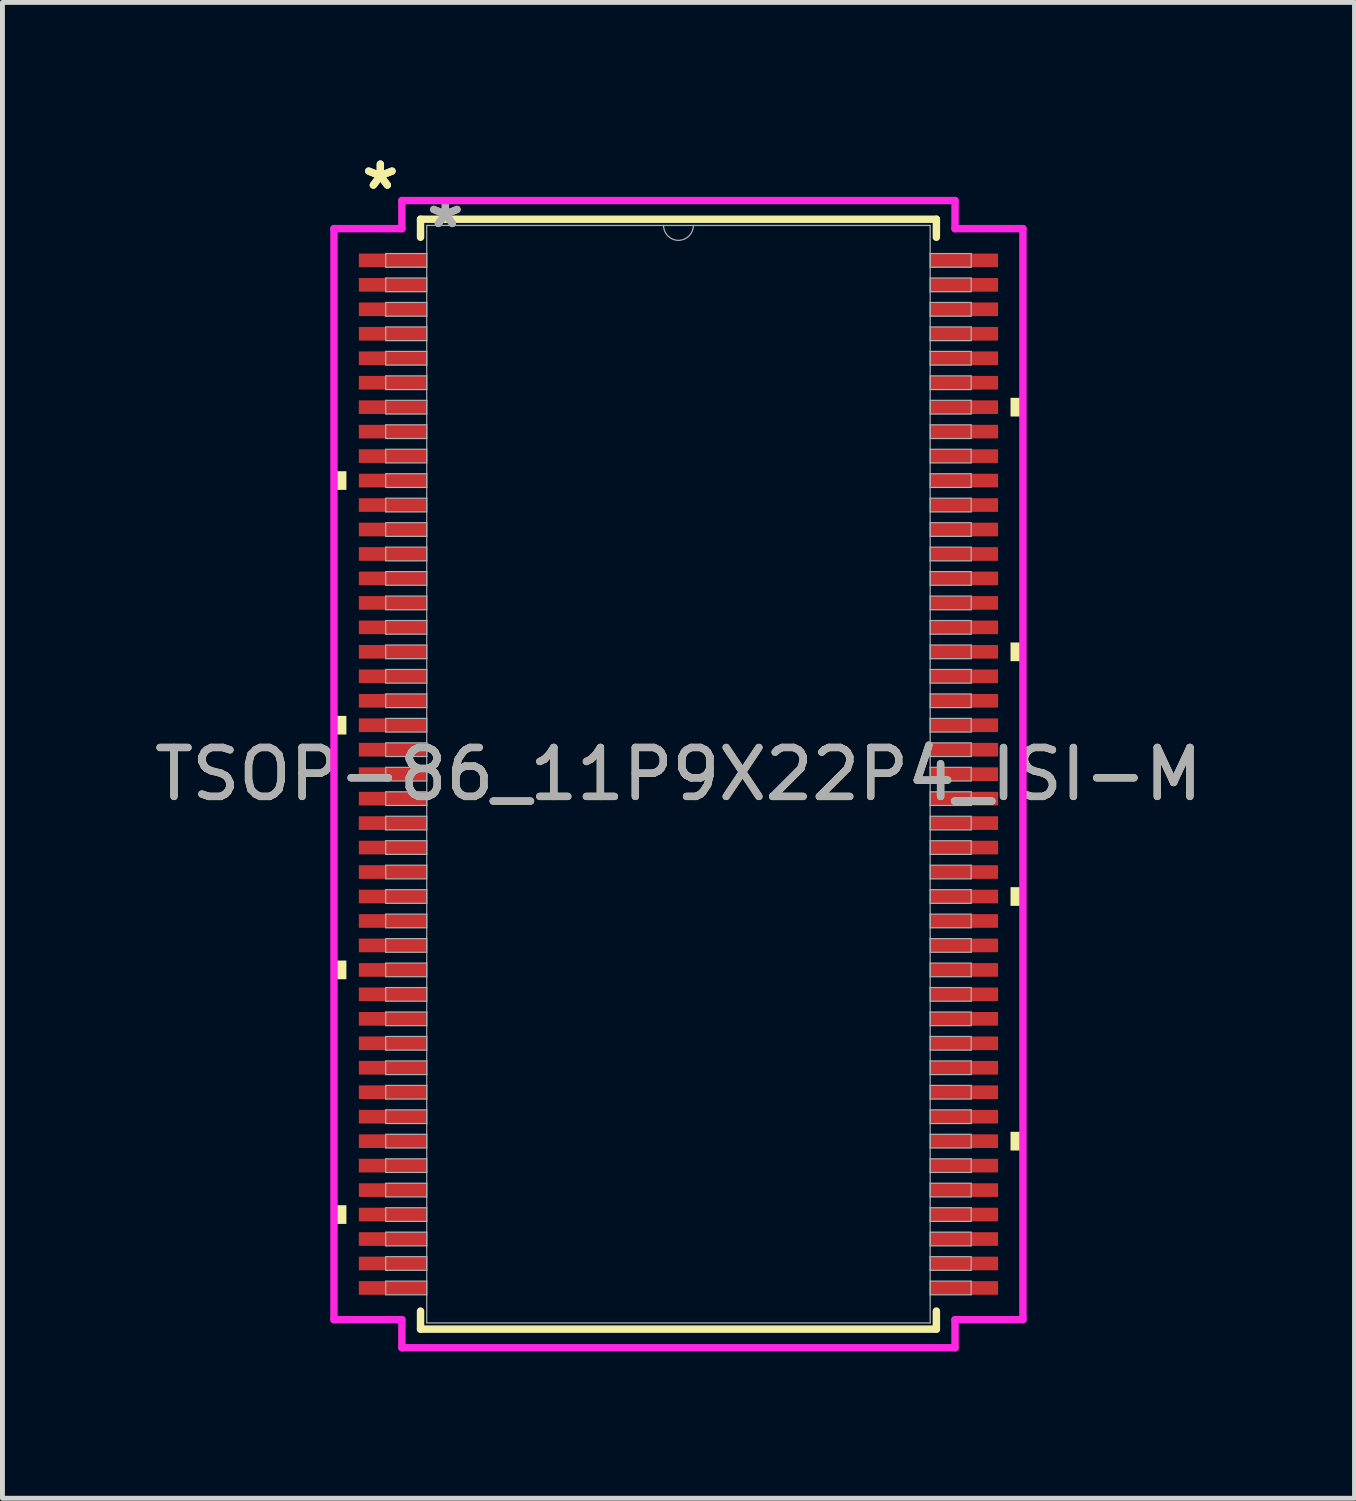
<source format=kicad_pcb>
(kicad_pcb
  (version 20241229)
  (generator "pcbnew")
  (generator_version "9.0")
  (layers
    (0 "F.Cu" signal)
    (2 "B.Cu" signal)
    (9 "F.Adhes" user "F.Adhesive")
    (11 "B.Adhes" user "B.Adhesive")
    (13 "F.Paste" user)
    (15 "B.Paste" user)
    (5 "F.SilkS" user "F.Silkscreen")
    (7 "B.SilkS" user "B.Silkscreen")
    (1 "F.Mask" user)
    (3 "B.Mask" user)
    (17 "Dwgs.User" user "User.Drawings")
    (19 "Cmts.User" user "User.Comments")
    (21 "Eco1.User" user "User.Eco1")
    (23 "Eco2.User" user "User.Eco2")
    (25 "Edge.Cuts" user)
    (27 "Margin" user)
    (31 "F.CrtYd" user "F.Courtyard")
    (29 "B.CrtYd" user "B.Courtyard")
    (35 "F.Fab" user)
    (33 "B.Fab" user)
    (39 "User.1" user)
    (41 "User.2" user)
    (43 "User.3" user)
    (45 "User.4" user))
  (footprint "TSOP-86_11P9X22P4_ISI-M"
    (layer "F.Cu")
    (at 10.815 12.771)
    (property "Reference" "TSOP-86_11P9X22P4_ISI-M" (at 0 0 0) (unlocked yes) (layer "F.SilkS") (effects (font (size 1 1) (thickness 0.15))))
    (attr smd)
    (fp_line (start -5.271 -11.341) (end -5.271 -10.972) (stroke (width 0.152) (type solid)) (layer "F.SilkS"))
    (fp_line (start -5.271 10.972) (end -5.271 11.341) (stroke (width 0.152) (type solid)) (layer "F.SilkS"))
    (fp_line (start -5.271 11.341) (end 5.271 11.341) (stroke (width 0.152) (type solid)) (layer "F.SilkS"))
    (fp_line (start 5.271 -11.341) (end -5.271 -11.341) (stroke (width 0.152) (type solid)) (layer "F.SilkS"))
    (fp_line (start 5.271 -10.972) (end 5.271 -11.341) (stroke (width 0.152) (type solid)) (layer "F.SilkS"))
    (fp_line (start 5.271 11.341) (end 5.271 10.972) (stroke (width 0.152) (type solid)) (layer "F.SilkS"))
    (fp_poly (pts (xy -7.04 -6.191) (xy -7.04 -5.81) (xy -6.786 -5.81) (xy -6.786 -6.191)) (stroke (width 0) (type solid)) (fill yes) (layer "F.SilkS"))
    (fp_poly (pts (xy -7.04 -1.191) (xy -7.04 -0.81) (xy -6.786 -0.81) (xy -6.786 -1.191)) (stroke (width 0) (type solid)) (fill yes) (layer "F.SilkS"))
    (fp_poly (pts (xy -7.04 3.809) (xy -7.04 4.191) (xy -6.786 4.191) (xy -6.786 3.809)) (stroke (width 0) (type solid)) (fill yes) (layer "F.SilkS"))
    (fp_poly (pts (xy -7.04 8.809) (xy -7.04 9.191) (xy -6.786 9.191) (xy -6.786 8.809)) (stroke (width 0) (type solid)) (fill yes) (layer "F.SilkS"))
    (fp_poly (pts (xy 7.04 -7.691) (xy 7.04 -7.309) (xy 6.786 -7.309) (xy 6.786 -7.691)) (stroke (width 0) (type solid)) (fill yes) (layer "F.SilkS"))
    (fp_poly (pts (xy 7.04 -2.691) (xy 7.04 -2.309) (xy 6.786 -2.309) (xy 6.786 -2.691)) (stroke (width 0) (type solid)) (fill yes) (layer "F.SilkS"))
    (fp_poly (pts (xy 7.04 2.309) (xy 7.04 2.691) (xy 6.786 2.691) (xy 6.786 2.309)) (stroke (width 0) (type solid)) (fill yes) (layer "F.SilkS"))
    (fp_poly (pts (xy 7.04 7.309) (xy 7.04 7.691) (xy 6.786 7.691) (xy 6.786 7.309)) (stroke (width 0) (type solid)) (fill yes) (layer "F.SilkS"))
    (fp_line (start -7.04 -11.148) (end -5.652 -11.148) (stroke (width 0.152) (type solid)) (layer "F.CrtYd"))
    (fp_line (start -7.04 11.148) (end -7.04 -11.148) (stroke (width 0.152) (type solid)) (layer "F.CrtYd"))
    (fp_line (start -7.04 11.148) (end -5.652 11.148) (stroke (width 0.152) (type solid)) (layer "F.CrtYd"))
    (fp_line (start -5.652 -11.722) (end 5.652 -11.722) (stroke (width 0.152) (type solid)) (layer "F.CrtYd"))
    (fp_line (start -5.652 -11.148) (end -5.652 -11.722) (stroke (width 0.152) (type solid)) (layer "F.CrtYd"))
    (fp_line (start -5.652 11.722) (end -5.652 11.148) (stroke (width 0.152) (type solid)) (layer "F.CrtYd"))
    (fp_line (start 5.652 -11.722) (end 5.652 -11.148) (stroke (width 0.152) (type solid)) (layer "F.CrtYd"))
    (fp_line (start 5.652 11.148) (end 5.652 11.722) (stroke (width 0.152) (type solid)) (layer "F.CrtYd"))
    (fp_line (start 5.652 11.722) (end -5.652 11.722) (stroke (width 0.152) (type solid)) (layer "F.CrtYd"))
    (fp_line (start 7.04 -11.148) (end 5.652 -11.148) (stroke (width 0.152) (type solid)) (layer "F.CrtYd"))
    (fp_line (start 7.04 -11.148) (end 7.04 11.148) (stroke (width 0.152) (type solid)) (layer "F.CrtYd"))
    (fp_line (start 7.04 11.148) (end 5.652 11.148) (stroke (width 0.152) (type solid)) (layer "F.CrtYd"))
    (fp_line (start -5.982 -10.64) (end -5.982 -10.36) (stroke (width 0.025) (type solid)) (layer "F.Fab"))
    (fp_line (start -5.982 -10.36) (end -5.144 -10.36) (stroke (width 0.025) (type solid)) (layer "F.Fab"))
    (fp_line (start -5.982 -10.14) (end -5.982 -9.86) (stroke (width 0.025) (type solid)) (layer "F.Fab"))
    (fp_line (start -5.982 -9.86) (end -5.144 -9.86) (stroke (width 0.025) (type solid)) (layer "F.Fab"))
    (fp_line (start -5.982 -9.64) (end -5.982 -9.36) (stroke (width 0.025) (type solid)) (layer "F.Fab"))
    (fp_line (start -5.982 -9.36) (end -5.144 -9.36) (stroke (width 0.025) (type solid)) (layer "F.Fab"))
    (fp_line (start -5.982 -9.14) (end -5.982 -8.86) (stroke (width 0.025) (type solid)) (layer "F.Fab"))
    (fp_line (start -5.982 -8.86) (end -5.144 -8.86) (stroke (width 0.025) (type solid)) (layer "F.Fab"))
    (fp_line (start -5.982 -8.64) (end -5.982 -8.36) (stroke (width 0.025) (type solid)) (layer "F.Fab"))
    (fp_line (start -5.982 -8.36) (end -5.144 -8.36) (stroke (width 0.025) (type solid)) (layer "F.Fab"))
    (fp_line (start -5.982 -8.14) (end -5.982 -7.86) (stroke (width 0.025) (type solid)) (layer "F.Fab"))
    (fp_line (start -5.982 -7.86) (end -5.144 -7.86) (stroke (width 0.025) (type solid)) (layer "F.Fab"))
    (fp_line (start -5.982 -7.64) (end -5.982 -7.36) (stroke (width 0.025) (type solid)) (layer "F.Fab"))
    (fp_line (start -5.982 -7.36) (end -5.144 -7.36) (stroke (width 0.025) (type solid)) (layer "F.Fab"))
    (fp_line (start -5.982 -7.14) (end -5.982 -6.86) (stroke (width 0.025) (type solid)) (layer "F.Fab"))
    (fp_line (start -5.982 -6.86) (end -5.144 -6.86) (stroke (width 0.025) (type solid)) (layer "F.Fab"))
    (fp_line (start -5.982 -6.64) (end -5.982 -6.36) (stroke (width 0.025) (type solid)) (layer "F.Fab"))
    (fp_line (start -5.982 -6.36) (end -5.144 -6.36) (stroke (width 0.025) (type solid)) (layer "F.Fab"))
    (fp_line (start -5.982 -6.14) (end -5.982 -5.86) (stroke (width 0.025) (type solid)) (layer "F.Fab"))
    (fp_line (start -5.982 -5.86) (end -5.144 -5.86) (stroke (width 0.025) (type solid)) (layer "F.Fab"))
    (fp_line (start -5.982 -5.64) (end -5.982 -5.36) (stroke (width 0.025) (type solid)) (layer "F.Fab"))
    (fp_line (start -5.982 -5.36) (end -5.144 -5.36) (stroke (width 0.025) (type solid)) (layer "F.Fab"))
    (fp_line (start -5.982 -5.14) (end -5.982 -4.86) (stroke (width 0.025) (type solid)) (layer "F.Fab"))
    (fp_line (start -5.982 -4.86) (end -5.144 -4.86) (stroke (width 0.025) (type solid)) (layer "F.Fab"))
    (fp_line (start -5.982 -4.64) (end -5.982 -4.36) (stroke (width 0.025) (type solid)) (layer "F.Fab"))
    (fp_line (start -5.982 -4.36) (end -5.144 -4.36) (stroke (width 0.025) (type solid)) (layer "F.Fab"))
    (fp_line (start -5.982 -4.14) (end -5.982 -3.86) (stroke (width 0.025) (type solid)) (layer "F.Fab"))
    (fp_line (start -5.982 -3.86) (end -5.144 -3.86) (stroke (width 0.025) (type solid)) (layer "F.Fab"))
    (fp_line (start -5.982 -3.64) (end -5.982 -3.36) (stroke (width 0.025) (type solid)) (layer "F.Fab"))
    (fp_line (start -5.982 -3.36) (end -5.144 -3.36) (stroke (width 0.025) (type solid)) (layer "F.Fab"))
    (fp_line (start -5.982 -3.14) (end -5.982 -2.86) (stroke (width 0.025) (type solid)) (layer "F.Fab"))
    (fp_line (start -5.982 -2.86) (end -5.144 -2.86) (stroke (width 0.025) (type solid)) (layer "F.Fab"))
    (fp_line (start -5.982 -2.64) (end -5.982 -2.36) (stroke (width 0.025) (type solid)) (layer "F.Fab"))
    (fp_line (start -5.982 -2.36) (end -5.144 -2.36) (stroke (width 0.025) (type solid)) (layer "F.Fab"))
    (fp_line (start -5.982 -2.14) (end -5.982 -1.86) (stroke (width 0.025) (type solid)) (layer "F.Fab"))
    (fp_line (start -5.982 -1.86) (end -5.144 -1.86) (stroke (width 0.025) (type solid)) (layer "F.Fab"))
    (fp_line (start -5.982 -1.64) (end -5.982 -1.36) (stroke (width 0.025) (type solid)) (layer "F.Fab"))
    (fp_line (start -5.982 -1.36) (end -5.144 -1.36) (stroke (width 0.025) (type solid)) (layer "F.Fab"))
    (fp_line (start -5.982 -1.14) (end -5.982 -0.86) (stroke (width 0.025) (type solid)) (layer "F.Fab"))
    (fp_line (start -5.982 -0.86) (end -5.144 -0.86) (stroke (width 0.025) (type solid)) (layer "F.Fab"))
    (fp_line (start -5.982 -0.64) (end -5.982 -0.36) (stroke (width 0.025) (type solid)) (layer "F.Fab"))
    (fp_line (start -5.982 -0.36) (end -5.144 -0.36) (stroke (width 0.025) (type solid)) (layer "F.Fab"))
    (fp_line (start -5.982 -0.14) (end -5.982 0.14) (stroke (width 0.025) (type solid)) (layer "F.Fab"))
    (fp_line (start -5.982 0.14) (end -5.144 0.14) (stroke (width 0.025) (type solid)) (layer "F.Fab"))
    (fp_line (start -5.982 0.36) (end -5.982 0.64) (stroke (width 0.025) (type solid)) (layer "F.Fab"))
    (fp_line (start -5.982 0.64) (end -5.144 0.64) (stroke (width 0.025) (type solid)) (layer "F.Fab"))
    (fp_line (start -5.982 0.86) (end -5.982 1.14) (stroke (width 0.025) (type solid)) (layer "F.Fab"))
    (fp_line (start -5.982 1.14) (end -5.144 1.14) (stroke (width 0.025) (type solid)) (layer "F.Fab"))
    (fp_line (start -5.982 1.36) (end -5.982 1.64) (stroke (width 0.025) (type solid)) (layer "F.Fab"))
    (fp_line (start -5.982 1.64) (end -5.144 1.64) (stroke (width 0.025) (type solid)) (layer "F.Fab"))
    (fp_line (start -5.982 1.86) (end -5.982 2.14) (stroke (width 0.025) (type solid)) (layer "F.Fab"))
    (fp_line (start -5.982 2.14) (end -5.144 2.14) (stroke (width 0.025) (type solid)) (layer "F.Fab"))
    (fp_line (start -5.982 2.36) (end -5.982 2.64) (stroke (width 0.025) (type solid)) (layer "F.Fab"))
    (fp_line (start -5.982 2.64) (end -5.144 2.64) (stroke (width 0.025) (type solid)) (layer "F.Fab"))
    (fp_line (start -5.982 2.86) (end -5.982 3.14) (stroke (width 0.025) (type solid)) (layer "F.Fab"))
    (fp_line (start -5.982 3.14) (end -5.144 3.14) (stroke (width 0.025) (type solid)) (layer "F.Fab"))
    (fp_line (start -5.982 3.36) (end -5.982 3.64) (stroke (width 0.025) (type solid)) (layer "F.Fab"))
    (fp_line (start -5.982 3.64) (end -5.144 3.64) (stroke (width 0.025) (type solid)) (layer "F.Fab"))
    (fp_line (start -5.982 3.86) (end -5.982 4.14) (stroke (width 0.025) (type solid)) (layer "F.Fab"))
    (fp_line (start -5.982 4.14) (end -5.144 4.14) (stroke (width 0.025) (type solid)) (layer "F.Fab"))
    (fp_line (start -5.982 4.36) (end -5.982 4.64) (stroke (width 0.025) (type solid)) (layer "F.Fab"))
    (fp_line (start -5.982 4.64) (end -5.144 4.64) (stroke (width 0.025) (type solid)) (layer "F.Fab"))
    (fp_line (start -5.982 4.86) (end -5.982 5.14) (stroke (width 0.025) (type solid)) (layer "F.Fab"))
    (fp_line (start -5.982 5.14) (end -5.144 5.14) (stroke (width 0.025) (type solid)) (layer "F.Fab"))
    (fp_line (start -5.982 5.36) (end -5.982 5.64) (stroke (width 0.025) (type solid)) (layer "F.Fab"))
    (fp_line (start -5.982 5.64) (end -5.144 5.64) (stroke (width 0.025) (type solid)) (layer "F.Fab"))
    (fp_line (start -5.982 5.86) (end -5.982 6.14) (stroke (width 0.025) (type solid)) (layer "F.Fab"))
    (fp_line (start -5.982 6.14) (end -5.144 6.14) (stroke (width 0.025) (type solid)) (layer "F.Fab"))
    (fp_line (start -5.982 6.36) (end -5.982 6.64) (stroke (width 0.025) (type solid)) (layer "F.Fab"))
    (fp_line (start -5.982 6.64) (end -5.144 6.64) (stroke (width 0.025) (type solid)) (layer "F.Fab"))
    (fp_line (start -5.982 6.86) (end -5.982 7.14) (stroke (width 0.025) (type solid)) (layer "F.Fab"))
    (fp_line (start -5.982 7.14) (end -5.144 7.14) (stroke (width 0.025) (type solid)) (layer "F.Fab"))
    (fp_line (start -5.982 7.36) (end -5.982 7.64) (stroke (width 0.025) (type solid)) (layer "F.Fab"))
    (fp_line (start -5.982 7.64) (end -5.144 7.64) (stroke (width 0.025) (type solid)) (layer "F.Fab"))
    (fp_line (start -5.982 7.86) (end -5.982 8.14) (stroke (width 0.025) (type solid)) (layer "F.Fab"))
    (fp_line (start -5.982 8.14) (end -5.144 8.14) (stroke (width 0.025) (type solid)) (layer "F.Fab"))
    (fp_line (start -5.982 8.36) (end -5.982 8.64) (stroke (width 0.025) (type solid)) (layer "F.Fab"))
    (fp_line (start -5.982 8.64) (end -5.144 8.64) (stroke (width 0.025) (type solid)) (layer "F.Fab"))
    (fp_line (start -5.982 8.86) (end -5.982 9.14) (stroke (width 0.025) (type solid)) (layer "F.Fab"))
    (fp_line (start -5.982 9.14) (end -5.144 9.14) (stroke (width 0.025) (type solid)) (layer "F.Fab"))
    (fp_line (start -5.982 9.36) (end -5.982 9.64) (stroke (width 0.025) (type solid)) (layer "F.Fab"))
    (fp_line (start -5.982 9.64) (end -5.144 9.64) (stroke (width 0.025) (type solid)) (layer "F.Fab"))
    (fp_line (start -5.982 9.86) (end -5.982 10.14) (stroke (width 0.025) (type solid)) (layer "F.Fab"))
    (fp_line (start -5.982 10.14) (end -5.144 10.14) (stroke (width 0.025) (type solid)) (layer "F.Fab"))
    (fp_line (start -5.982 10.36) (end -5.982 10.64) (stroke (width 0.025) (type solid)) (layer "F.Fab"))
    (fp_line (start -5.982 10.64) (end -5.144 10.64) (stroke (width 0.025) (type solid)) (layer "F.Fab"))
    (fp_line (start -5.144 -11.214) (end -5.144 11.214) (stroke (width 0.025) (type solid)) (layer "F.Fab"))
    (fp_line (start -5.144 -10.64) (end -5.982 -10.64) (stroke (width 0.025) (type solid)) (layer "F.Fab"))
    (fp_line (start -5.144 -10.36) (end -5.144 -10.64) (stroke (width 0.025) (type solid)) (layer "F.Fab"))
    (fp_line (start -5.144 -10.14) (end -5.982 -10.14) (stroke (width 0.025) (type solid)) (layer "F.Fab"))
    (fp_line (start -5.144 -9.86) (end -5.144 -10.14) (stroke (width 0.025) (type solid)) (layer "F.Fab"))
    (fp_line (start -5.144 -9.64) (end -5.982 -9.64) (stroke (width 0.025) (type solid)) (layer "F.Fab"))
    (fp_line (start -5.144 -9.36) (end -5.144 -9.64) (stroke (width 0.025) (type solid)) (layer "F.Fab"))
    (fp_line (start -5.144 -9.14) (end -5.982 -9.14) (stroke (width 0.025) (type solid)) (layer "F.Fab"))
    (fp_line (start -5.144 -8.86) (end -5.144 -9.14) (stroke (width 0.025) (type solid)) (layer "F.Fab"))
    (fp_line (start -5.144 -8.64) (end -5.982 -8.64) (stroke (width 0.025) (type solid)) (layer "F.Fab"))
    (fp_line (start -5.144 -8.36) (end -5.144 -8.64) (stroke (width 0.025) (type solid)) (layer "F.Fab"))
    (fp_line (start -5.144 -8.14) (end -5.982 -8.14) (stroke (width 0.025) (type solid)) (layer "F.Fab"))
    (fp_line (start -5.144 -7.86) (end -5.144 -8.14) (stroke (width 0.025) (type solid)) (layer "F.Fab"))
    (fp_line (start -5.144 -7.64) (end -5.982 -7.64) (stroke (width 0.025) (type solid)) (layer "F.Fab"))
    (fp_line (start -5.144 -7.36) (end -5.144 -7.64) (stroke (width 0.025) (type solid)) (layer "F.Fab"))
    (fp_line (start -5.144 -7.14) (end -5.982 -7.14) (stroke (width 0.025) (type solid)) (layer "F.Fab"))
    (fp_line (start -5.144 -6.86) (end -5.144 -7.14) (stroke (width 0.025) (type solid)) (layer "F.Fab"))
    (fp_line (start -5.144 -6.64) (end -5.982 -6.64) (stroke (width 0.025) (type solid)) (layer "F.Fab"))
    (fp_line (start -5.144 -6.36) (end -5.144 -6.64) (stroke (width 0.025) (type solid)) (layer "F.Fab"))
    (fp_line (start -5.144 -6.14) (end -5.982 -6.14) (stroke (width 0.025) (type solid)) (layer "F.Fab"))
    (fp_line (start -5.144 -5.86) (end -5.144 -6.14) (stroke (width 0.025) (type solid)) (layer "F.Fab"))
    (fp_line (start -5.144 -5.64) (end -5.982 -5.64) (stroke (width 0.025) (type solid)) (layer "F.Fab"))
    (fp_line (start -5.144 -5.36) (end -5.144 -5.64) (stroke (width 0.025) (type solid)) (layer "F.Fab"))
    (fp_line (start -5.144 -5.14) (end -5.982 -5.14) (stroke (width 0.025) (type solid)) (layer "F.Fab"))
    (fp_line (start -5.144 -4.86) (end -5.144 -5.14) (stroke (width 0.025) (type solid)) (layer "F.Fab"))
    (fp_line (start -5.144 -4.64) (end -5.982 -4.64) (stroke (width 0.025) (type solid)) (layer "F.Fab"))
    (fp_line (start -5.144 -4.36) (end -5.144 -4.64) (stroke (width 0.025) (type solid)) (layer "F.Fab"))
    (fp_line (start -5.144 -4.14) (end -5.982 -4.14) (stroke (width 0.025) (type solid)) (layer "F.Fab"))
    (fp_line (start -5.144 -3.86) (end -5.144 -4.14) (stroke (width 0.025) (type solid)) (layer "F.Fab"))
    (fp_line (start -5.144 -3.64) (end -5.982 -3.64) (stroke (width 0.025) (type solid)) (layer "F.Fab"))
    (fp_line (start -5.144 -3.36) (end -5.144 -3.64) (stroke (width 0.025) (type solid)) (layer "F.Fab"))
    (fp_line (start -5.144 -3.14) (end -5.982 -3.14) (stroke (width 0.025) (type solid)) (layer "F.Fab"))
    (fp_line (start -5.144 -2.86) (end -5.144 -3.14) (stroke (width 0.025) (type solid)) (layer "F.Fab"))
    (fp_line (start -5.144 -2.64) (end -5.982 -2.64) (stroke (width 0.025) (type solid)) (layer "F.Fab"))
    (fp_line (start -5.144 -2.36) (end -5.144 -2.64) (stroke (width 0.025) (type solid)) (layer "F.Fab"))
    (fp_line (start -5.144 -2.14) (end -5.982 -2.14) (stroke (width 0.025) (type solid)) (layer "F.Fab"))
    (fp_line (start -5.144 -1.86) (end -5.144 -2.14) (stroke (width 0.025) (type solid)) (layer "F.Fab"))
    (fp_line (start -5.144 -1.64) (end -5.982 -1.64) (stroke (width 0.025) (type solid)) (layer "F.Fab"))
    (fp_line (start -5.144 -1.36) (end -5.144 -1.64) (stroke (width 0.025) (type solid)) (layer "F.Fab"))
    (fp_line (start -5.144 -1.14) (end -5.982 -1.14) (stroke (width 0.025) (type solid)) (layer "F.Fab"))
    (fp_line (start -5.144 -0.86) (end -5.144 -1.14) (stroke (width 0.025) (type solid)) (layer "F.Fab"))
    (fp_line (start -5.144 -0.64) (end -5.982 -0.64) (stroke (width 0.025) (type solid)) (layer "F.Fab"))
    (fp_line (start -5.144 -0.36) (end -5.144 -0.64) (stroke (width 0.025) (type solid)) (layer "F.Fab"))
    (fp_line (start -5.144 -0.14) (end -5.982 -0.14) (stroke (width 0.025) (type solid)) (layer "F.Fab"))
    (fp_line (start -5.144 0.14) (end -5.144 -0.14) (stroke (width 0.025) (type solid)) (layer "F.Fab"))
    (fp_line (start -5.144 0.36) (end -5.982 0.36) (stroke (width 0.025) (type solid)) (layer "F.Fab"))
    (fp_line (start -5.144 0.64) (end -5.144 0.36) (stroke (width 0.025) (type solid)) (layer "F.Fab"))
    (fp_line (start -5.144 0.86) (end -5.982 0.86) (stroke (width 0.025) (type solid)) (layer "F.Fab"))
    (fp_line (start -5.144 1.14) (end -5.144 0.86) (stroke (width 0.025) (type solid)) (layer "F.Fab"))
    (fp_line (start -5.144 1.36) (end -5.982 1.36) (stroke (width 0.025) (type solid)) (layer "F.Fab"))
    (fp_line (start -5.144 1.64) (end -5.144 1.36) (stroke (width 0.025) (type solid)) (layer "F.Fab"))
    (fp_line (start -5.144 1.86) (end -5.982 1.86) (stroke (width 0.025) (type solid)) (layer "F.Fab"))
    (fp_line (start -5.144 2.14) (end -5.144 1.86) (stroke (width 0.025) (type solid)) (layer "F.Fab"))
    (fp_line (start -5.144 2.36) (end -5.982 2.36) (stroke (width 0.025) (type solid)) (layer "F.Fab"))
    (fp_line (start -5.144 2.64) (end -5.144 2.36) (stroke (width 0.025) (type solid)) (layer "F.Fab"))
    (fp_line (start -5.144 2.86) (end -5.982 2.86) (stroke (width 0.025) (type solid)) (layer "F.Fab"))
    (fp_line (start -5.144 3.14) (end -5.144 2.86) (stroke (width 0.025) (type solid)) (layer "F.Fab"))
    (fp_line (start -5.144 3.36) (end -5.982 3.36) (stroke (width 0.025) (type solid)) (layer "F.Fab"))
    (fp_line (start -5.144 3.64) (end -5.144 3.36) (stroke (width 0.025) (type solid)) (layer "F.Fab"))
    (fp_line (start -5.144 3.86) (end -5.982 3.86) (stroke (width 0.025) (type solid)) (layer "F.Fab"))
    (fp_line (start -5.144 4.14) (end -5.144 3.86) (stroke (width 0.025) (type solid)) (layer "F.Fab"))
    (fp_line (start -5.144 4.36) (end -5.982 4.36) (stroke (width 0.025) (type solid)) (layer "F.Fab"))
    (fp_line (start -5.144 4.64) (end -5.144 4.36) (stroke (width 0.025) (type solid)) (layer "F.Fab"))
    (fp_line (start -5.144 4.86) (end -5.982 4.86) (stroke (width 0.025) (type solid)) (layer "F.Fab"))
    (fp_line (start -5.144 5.14) (end -5.144 4.86) (stroke (width 0.025) (type solid)) (layer "F.Fab"))
    (fp_line (start -5.144 5.36) (end -5.982 5.36) (stroke (width 0.025) (type solid)) (layer "F.Fab"))
    (fp_line (start -5.144 5.64) (end -5.144 5.36) (stroke (width 0.025) (type solid)) (layer "F.Fab"))
    (fp_line (start -5.144 5.86) (end -5.982 5.86) (stroke (width 0.025) (type solid)) (layer "F.Fab"))
    (fp_line (start -5.144 6.14) (end -5.144 5.86) (stroke (width 0.025) (type solid)) (layer "F.Fab"))
    (fp_line (start -5.144 6.36) (end -5.982 6.36) (stroke (width 0.025) (type solid)) (layer "F.Fab"))
    (fp_line (start -5.144 6.64) (end -5.144 6.36) (stroke (width 0.025) (type solid)) (layer "F.Fab"))
    (fp_line (start -5.144 6.86) (end -5.982 6.86) (stroke (width 0.025) (type solid)) (layer "F.Fab"))
    (fp_line (start -5.144 7.14) (end -5.144 6.86) (stroke (width 0.025) (type solid)) (layer "F.Fab"))
    (fp_line (start -5.144 7.36) (end -5.982 7.36) (stroke (width 0.025) (type solid)) (layer "F.Fab"))
    (fp_line (start -5.144 7.64) (end -5.144 7.36) (stroke (width 0.025) (type solid)) (layer "F.Fab"))
    (fp_line (start -5.144 7.86) (end -5.982 7.86) (stroke (width 0.025) (type solid)) (layer "F.Fab"))
    (fp_line (start -5.144 8.14) (end -5.144 7.86) (stroke (width 0.025) (type solid)) (layer "F.Fab"))
    (fp_line (start -5.144 8.36) (end -5.982 8.36) (stroke (width 0.025) (type solid)) (layer "F.Fab"))
    (fp_line (start -5.144 8.64) (end -5.144 8.36) (stroke (width 0.025) (type solid)) (layer "F.Fab"))
    (fp_line (start -5.144 8.86) (end -5.982 8.86) (stroke (width 0.025) (type solid)) (layer "F.Fab"))
    (fp_line (start -5.144 9.14) (end -5.144 8.86) (stroke (width 0.025) (type solid)) (layer "F.Fab"))
    (fp_line (start -5.144 9.36) (end -5.982 9.36) (stroke (width 0.025) (type solid)) (layer "F.Fab"))
    (fp_line (start -5.144 9.64) (end -5.144 9.36) (stroke (width 0.025) (type solid)) (layer "F.Fab"))
    (fp_line (start -5.144 9.86) (end -5.982 9.86) (stroke (width 0.025) (type solid)) (layer "F.Fab"))
    (fp_line (start -5.144 10.14) (end -5.144 9.86) (stroke (width 0.025) (type solid)) (layer "F.Fab"))
    (fp_line (start -5.144 10.36) (end -5.982 10.36) (stroke (width 0.025) (type solid)) (layer "F.Fab"))
    (fp_line (start -5.144 10.64) (end -5.144 10.36) (stroke (width 0.025) (type solid)) (layer "F.Fab"))
    (fp_line (start -5.144 11.214) (end 5.144 11.214) (stroke (width 0.025) (type solid)) (layer "F.Fab"))
    (fp_line (start 5.144 -11.214) (end -5.144 -11.214) (stroke (width 0.025) (type solid)) (layer "F.Fab"))
    (fp_line (start 5.144 -10.64) (end 5.144 -10.36) (stroke (width 0.025) (type solid)) (layer "F.Fab"))
    (fp_line (start 5.144 -10.36) (end 5.982 -10.36) (stroke (width 0.025) (type solid)) (layer "F.Fab"))
    (fp_line (start 5.144 -10.14) (end 5.144 -9.86) (stroke (width 0.025) (type solid)) (layer "F.Fab"))
    (fp_line (start 5.144 -9.86) (end 5.982 -9.86) (stroke (width 0.025) (type solid)) (layer "F.Fab"))
    (fp_line (start 5.144 -9.64) (end 5.144 -9.36) (stroke (width 0.025) (type solid)) (layer "F.Fab"))
    (fp_line (start 5.144 -9.36) (end 5.982 -9.36) (stroke (width 0.025) (type solid)) (layer "F.Fab"))
    (fp_line (start 5.144 -9.14) (end 5.144 -8.86) (stroke (width 0.025) (type solid)) (layer "F.Fab"))
    (fp_line (start 5.144 -8.86) (end 5.982 -8.86) (stroke (width 0.025) (type solid)) (layer "F.Fab"))
    (fp_line (start 5.144 -8.64) (end 5.144 -8.36) (stroke (width 0.025) (type solid)) (layer "F.Fab"))
    (fp_line (start 5.144 -8.36) (end 5.982 -8.36) (stroke (width 0.025) (type solid)) (layer "F.Fab"))
    (fp_line (start 5.144 -8.14) (end 5.144 -7.86) (stroke (width 0.025) (type solid)) (layer "F.Fab"))
    (fp_line (start 5.144 -7.86) (end 5.982 -7.86) (stroke (width 0.025) (type solid)) (layer "F.Fab"))
    (fp_line (start 5.144 -7.64) (end 5.144 -7.36) (stroke (width 0.025) (type solid)) (layer "F.Fab"))
    (fp_line (start 5.144 -7.36) (end 5.982 -7.36) (stroke (width 0.025) (type solid)) (layer "F.Fab"))
    (fp_line (start 5.144 -7.14) (end 5.144 -6.86) (stroke (width 0.025) (type solid)) (layer "F.Fab"))
    (fp_line (start 5.144 -6.86) (end 5.982 -6.86) (stroke (width 0.025) (type solid)) (layer "F.Fab"))
    (fp_line (start 5.144 -6.64) (end 5.144 -6.36) (stroke (width 0.025) (type solid)) (layer "F.Fab"))
    (fp_line (start 5.144 -6.36) (end 5.982 -6.36) (stroke (width 0.025) (type solid)) (layer "F.Fab"))
    (fp_line (start 5.144 -6.14) (end 5.144 -5.86) (stroke (width 0.025) (type solid)) (layer "F.Fab"))
    (fp_line (start 5.144 -5.86) (end 5.982 -5.86) (stroke (width 0.025) (type solid)) (layer "F.Fab"))
    (fp_line (start 5.144 -5.64) (end 5.144 -5.36) (stroke (width 0.025) (type solid)) (layer "F.Fab"))
    (fp_line (start 5.144 -5.36) (end 5.982 -5.36) (stroke (width 0.025) (type solid)) (layer "F.Fab"))
    (fp_line (start 5.144 -5.14) (end 5.144 -4.86) (stroke (width 0.025) (type solid)) (layer "F.Fab"))
    (fp_line (start 5.144 -4.86) (end 5.982 -4.86) (stroke (width 0.025) (type solid)) (layer "F.Fab"))
    (fp_line (start 5.144 -4.64) (end 5.144 -4.36) (stroke (width 0.025) (type solid)) (layer "F.Fab"))
    (fp_line (start 5.144 -4.36) (end 5.982 -4.36) (stroke (width 0.025) (type solid)) (layer "F.Fab"))
    (fp_line (start 5.144 -4.14) (end 5.144 -3.86) (stroke (width 0.025) (type solid)) (layer "F.Fab"))
    (fp_line (start 5.144 -3.86) (end 5.982 -3.86) (stroke (width 0.025) (type solid)) (layer "F.Fab"))
    (fp_line (start 5.144 -3.64) (end 5.144 -3.36) (stroke (width 0.025) (type solid)) (layer "F.Fab"))
    (fp_line (start 5.144 -3.36) (end 5.982 -3.36) (stroke (width 0.025) (type solid)) (layer "F.Fab"))
    (fp_line (start 5.144 -3.14) (end 5.144 -2.86) (stroke (width 0.025) (type solid)) (layer "F.Fab"))
    (fp_line (start 5.144 -2.86) (end 5.982 -2.86) (stroke (width 0.025) (type solid)) (layer "F.Fab"))
    (fp_line (start 5.144 -2.64) (end 5.144 -2.36) (stroke (width 0.025) (type solid)) (layer "F.Fab"))
    (fp_line (start 5.144 -2.36) (end 5.982 -2.36) (stroke (width 0.025) (type solid)) (layer "F.Fab"))
    (fp_line (start 5.144 -2.14) (end 5.144 -1.86) (stroke (width 0.025) (type solid)) (layer "F.Fab"))
    (fp_line (start 5.144 -1.86) (end 5.982 -1.86) (stroke (width 0.025) (type solid)) (layer "F.Fab"))
    (fp_line (start 5.144 -1.64) (end 5.144 -1.36) (stroke (width 0.025) (type solid)) (layer "F.Fab"))
    (fp_line (start 5.144 -1.36) (end 5.982 -1.36) (stroke (width 0.025) (type solid)) (layer "F.Fab"))
    (fp_line (start 5.144 -1.14) (end 5.144 -0.86) (stroke (width 0.025) (type solid)) (layer "F.Fab"))
    (fp_line (start 5.144 -0.86) (end 5.982 -0.86) (stroke (width 0.025) (type solid)) (layer "F.Fab"))
    (fp_line (start 5.144 -0.64) (end 5.144 -0.36) (stroke (width 0.025) (type solid)) (layer "F.Fab"))
    (fp_line (start 5.144 -0.36) (end 5.982 -0.36) (stroke (width 0.025) (type solid)) (layer "F.Fab"))
    (fp_line (start 5.144 -0.14) (end 5.144 0.14) (stroke (width 0.025) (type solid)) (layer "F.Fab"))
    (fp_line (start 5.144 0.14) (end 5.982 0.14) (stroke (width 0.025) (type solid)) (layer "F.Fab"))
    (fp_line (start 5.144 0.36) (end 5.144 0.64) (stroke (width 0.025) (type solid)) (layer "F.Fab"))
    (fp_line (start 5.144 0.64) (end 5.982 0.64) (stroke (width 0.025) (type solid)) (layer "F.Fab"))
    (fp_line (start 5.144 0.86) (end 5.144 1.14) (stroke (width 0.025) (type solid)) (layer "F.Fab"))
    (fp_line (start 5.144 1.14) (end 5.982 1.14) (stroke (width 0.025) (type solid)) (layer "F.Fab"))
    (fp_line (start 5.144 1.36) (end 5.144 1.64) (stroke (width 0.025) (type solid)) (layer "F.Fab"))
    (fp_line (start 5.144 1.64) (end 5.982 1.64) (stroke (width 0.025) (type solid)) (layer "F.Fab"))
    (fp_line (start 5.144 1.86) (end 5.144 2.14) (stroke (width 0.025) (type solid)) (layer "F.Fab"))
    (fp_line (start 5.144 2.14) (end 5.982 2.14) (stroke (width 0.025) (type solid)) (layer "F.Fab"))
    (fp_line (start 5.144 2.36) (end 5.144 2.64) (stroke (width 0.025) (type solid)) (layer "F.Fab"))
    (fp_line (start 5.144 2.64) (end 5.982 2.64) (stroke (width 0.025) (type solid)) (layer "F.Fab"))
    (fp_line (start 5.144 2.86) (end 5.144 3.14) (stroke (width 0.025) (type solid)) (layer "F.Fab"))
    (fp_line (start 5.144 3.14) (end 5.982 3.14) (stroke (width 0.025) (type solid)) (layer "F.Fab"))
    (fp_line (start 5.144 3.36) (end 5.144 3.64) (stroke (width 0.025) (type solid)) (layer "F.Fab"))
    (fp_line (start 5.144 3.64) (end 5.982 3.64) (stroke (width 0.025) (type solid)) (layer "F.Fab"))
    (fp_line (start 5.144 3.86) (end 5.144 4.14) (stroke (width 0.025) (type solid)) (layer "F.Fab"))
    (fp_line (start 5.144 4.14) (end 5.982 4.14) (stroke (width 0.025) (type solid)) (layer "F.Fab"))
    (fp_line (start 5.144 4.36) (end 5.144 4.64) (stroke (width 0.025) (type solid)) (layer "F.Fab"))
    (fp_line (start 5.144 4.64) (end 5.982 4.64) (stroke (width 0.025) (type solid)) (layer "F.Fab"))
    (fp_line (start 5.144 4.86) (end 5.144 5.14) (stroke (width 0.025) (type solid)) (layer "F.Fab"))
    (fp_line (start 5.144 5.14) (end 5.982 5.14) (stroke (width 0.025) (type solid)) (layer "F.Fab"))
    (fp_line (start 5.144 5.36) (end 5.144 5.64) (stroke (width 0.025) (type solid)) (layer "F.Fab"))
    (fp_line (start 5.144 5.64) (end 5.982 5.64) (stroke (width 0.025) (type solid)) (layer "F.Fab"))
    (fp_line (start 5.144 5.86) (end 5.144 6.14) (stroke (width 0.025) (type solid)) (layer "F.Fab"))
    (fp_line (start 5.144 6.14) (end 5.982 6.14) (stroke (width 0.025) (type solid)) (layer "F.Fab"))
    (fp_line (start 5.144 6.36) (end 5.144 6.64) (stroke (width 0.025) (type solid)) (layer "F.Fab"))
    (fp_line (start 5.144 6.64) (end 5.982 6.64) (stroke (width 0.025) (type solid)) (layer "F.Fab"))
    (fp_line (start 5.144 6.86) (end 5.144 7.14) (stroke (width 0.025) (type solid)) (layer "F.Fab"))
    (fp_line (start 5.144 7.14) (end 5.982 7.14) (stroke (width 0.025) (type solid)) (layer "F.Fab"))
    (fp_line (start 5.144 7.36) (end 5.144 7.64) (stroke (width 0.025) (type solid)) (layer "F.Fab"))
    (fp_line (start 5.144 7.64) (end 5.982 7.64) (stroke (width 0.025) (type solid)) (layer "F.Fab"))
    (fp_line (start 5.144 7.86) (end 5.144 8.14) (stroke (width 0.025) (type solid)) (layer "F.Fab"))
    (fp_line (start 5.144 8.14) (end 5.982 8.14) (stroke (width 0.025) (type solid)) (layer "F.Fab"))
    (fp_line (start 5.144 8.36) (end 5.144 8.64) (stroke (width 0.025) (type solid)) (layer "F.Fab"))
    (fp_line (start 5.144 8.64) (end 5.982 8.64) (stroke (width 0.025) (type solid)) (layer "F.Fab"))
    (fp_line (start 5.144 8.86) (end 5.144 9.14) (stroke (width 0.025) (type solid)) (layer "F.Fab"))
    (fp_line (start 5.144 9.14) (end 5.982 9.14) (stroke (width 0.025) (type solid)) (layer "F.Fab"))
    (fp_line (start 5.144 9.36) (end 5.144 9.64) (stroke (width 0.025) (type solid)) (layer "F.Fab"))
    (fp_line (start 5.144 9.64) (end 5.982 9.64) (stroke (width 0.025) (type solid)) (layer "F.Fab"))
    (fp_line (start 5.144 9.86) (end 5.144 10.14) (stroke (width 0.025) (type solid)) (layer "F.Fab"))
    (fp_line (start 5.144 10.14) (end 5.982 10.14) (stroke (width 0.025) (type solid)) (layer "F.Fab"))
    (fp_line (start 5.144 10.36) (end 5.144 10.64) (stroke (width 0.025) (type solid)) (layer "F.Fab"))
    (fp_line (start 5.144 10.64) (end 5.982 10.64) (stroke (width 0.025) (type solid)) (layer "F.Fab"))
    (fp_line (start 5.144 11.214) (end 5.144 -11.214) (stroke (width 0.025) (type solid)) (layer "F.Fab"))
    (fp_line (start 5.982 -10.64) (end 5.144 -10.64) (stroke (width 0.025) (type solid)) (layer "F.Fab"))
    (fp_line (start 5.982 -10.36) (end 5.982 -10.64) (stroke (width 0.025) (type solid)) (layer "F.Fab"))
    (fp_line (start 5.982 -10.14) (end 5.144 -10.14) (stroke (width 0.025) (type solid)) (layer "F.Fab"))
    (fp_line (start 5.982 -9.86) (end 5.982 -10.14) (stroke (width 0.025) (type solid)) (layer "F.Fab"))
    (fp_line (start 5.982 -9.64) (end 5.144 -9.64) (stroke (width 0.025) (type solid)) (layer "F.Fab"))
    (fp_line (start 5.982 -9.36) (end 5.982 -9.64) (stroke (width 0.025) (type solid)) (layer "F.Fab"))
    (fp_line (start 5.982 -9.14) (end 5.144 -9.14) (stroke (width 0.025) (type solid)) (layer "F.Fab"))
    (fp_line (start 5.982 -8.86) (end 5.982 -9.14) (stroke (width 0.025) (type solid)) (layer "F.Fab"))
    (fp_line (start 5.982 -8.64) (end 5.144 -8.64) (stroke (width 0.025) (type solid)) (layer "F.Fab"))
    (fp_line (start 5.982 -8.36) (end 5.982 -8.64) (stroke (width 0.025) (type solid)) (layer "F.Fab"))
    (fp_line (start 5.982 -8.14) (end 5.144 -8.14) (stroke (width 0.025) (type solid)) (layer "F.Fab"))
    (fp_line (start 5.982 -7.86) (end 5.982 -8.14) (stroke (width 0.025) (type solid)) (layer "F.Fab"))
    (fp_line (start 5.982 -7.64) (end 5.144 -7.64) (stroke (width 0.025) (type solid)) (layer "F.Fab"))
    (fp_line (start 5.982 -7.36) (end 5.982 -7.64) (stroke (width 0.025) (type solid)) (layer "F.Fab"))
    (fp_line (start 5.982 -7.14) (end 5.144 -7.14) (stroke (width 0.025) (type solid)) (layer "F.Fab"))
    (fp_line (start 5.982 -6.86) (end 5.982 -7.14) (stroke (width 0.025) (type solid)) (layer "F.Fab"))
    (fp_line (start 5.982 -6.64) (end 5.144 -6.64) (stroke (width 0.025) (type solid)) (layer "F.Fab"))
    (fp_line (start 5.982 -6.36) (end 5.982 -6.64) (stroke (width 0.025) (type solid)) (layer "F.Fab"))
    (fp_line (start 5.982 -6.14) (end 5.144 -6.14) (stroke (width 0.025) (type solid)) (layer "F.Fab"))
    (fp_line (start 5.982 -5.86) (end 5.982 -6.14) (stroke (width 0.025) (type solid)) (layer "F.Fab"))
    (fp_line (start 5.982 -5.64) (end 5.144 -5.64) (stroke (width 0.025) (type solid)) (layer "F.Fab"))
    (fp_line (start 5.982 -5.36) (end 5.982 -5.64) (stroke (width 0.025) (type solid)) (layer "F.Fab"))
    (fp_line (start 5.982 -5.14) (end 5.144 -5.14) (stroke (width 0.025) (type solid)) (layer "F.Fab"))
    (fp_line (start 5.982 -4.86) (end 5.982 -5.14) (stroke (width 0.025) (type solid)) (layer "F.Fab"))
    (fp_line (start 5.982 -4.64) (end 5.144 -4.64) (stroke (width 0.025) (type solid)) (layer "F.Fab"))
    (fp_line (start 5.982 -4.36) (end 5.982 -4.64) (stroke (width 0.025) (type solid)) (layer "F.Fab"))
    (fp_line (start 5.982 -4.14) (end 5.144 -4.14) (stroke (width 0.025) (type solid)) (layer "F.Fab"))
    (fp_line (start 5.982 -3.86) (end 5.982 -4.14) (stroke (width 0.025) (type solid)) (layer "F.Fab"))
    (fp_line (start 5.982 -3.64) (end 5.144 -3.64) (stroke (width 0.025) (type solid)) (layer "F.Fab"))
    (fp_line (start 5.982 -3.36) (end 5.982 -3.64) (stroke (width 0.025) (type solid)) (layer "F.Fab"))
    (fp_line (start 5.982 -3.14) (end 5.144 -3.14) (stroke (width 0.025) (type solid)) (layer "F.Fab"))
    (fp_line (start 5.982 -2.86) (end 5.982 -3.14) (stroke (width 0.025) (type solid)) (layer "F.Fab"))
    (fp_line (start 5.982 -2.64) (end 5.144 -2.64) (stroke (width 0.025) (type solid)) (layer "F.Fab"))
    (fp_line (start 5.982 -2.36) (end 5.982 -2.64) (stroke (width 0.025) (type solid)) (layer "F.Fab"))
    (fp_line (start 5.982 -2.14) (end 5.144 -2.14) (stroke (width 0.025) (type solid)) (layer "F.Fab"))
    (fp_line (start 5.982 -1.86) (end 5.982 -2.14) (stroke (width 0.025) (type solid)) (layer "F.Fab"))
    (fp_line (start 5.982 -1.64) (end 5.144 -1.64) (stroke (width 0.025) (type solid)) (layer "F.Fab"))
    (fp_line (start 5.982 -1.36) (end 5.982 -1.64) (stroke (width 0.025) (type solid)) (layer "F.Fab"))
    (fp_line (start 5.982 -1.14) (end 5.144 -1.14) (stroke (width 0.025) (type solid)) (layer "F.Fab"))
    (fp_line (start 5.982 -0.86) (end 5.982 -1.14) (stroke (width 0.025) (type solid)) (layer "F.Fab"))
    (fp_line (start 5.982 -0.64) (end 5.144 -0.64) (stroke (width 0.025) (type solid)) (layer "F.Fab"))
    (fp_line (start 5.982 -0.36) (end 5.982 -0.64) (stroke (width 0.025) (type solid)) (layer "F.Fab"))
    (fp_line (start 5.982 -0.14) (end 5.144 -0.14) (stroke (width 0.025) (type solid)) (layer "F.Fab"))
    (fp_line (start 5.982 0.14) (end 5.982 -0.14) (stroke (width 0.025) (type solid)) (layer "F.Fab"))
    (fp_line (start 5.982 0.36) (end 5.144 0.36) (stroke (width 0.025) (type solid)) (layer "F.Fab"))
    (fp_line (start 5.982 0.64) (end 5.982 0.36) (stroke (width 0.025) (type solid)) (layer "F.Fab"))
    (fp_line (start 5.982 0.86) (end 5.144 0.86) (stroke (width 0.025) (type solid)) (layer "F.Fab"))
    (fp_line (start 5.982 1.14) (end 5.982 0.86) (stroke (width 0.025) (type solid)) (layer "F.Fab"))
    (fp_line (start 5.982 1.36) (end 5.144 1.36) (stroke (width 0.025) (type solid)) (layer "F.Fab"))
    (fp_line (start 5.982 1.64) (end 5.982 1.36) (stroke (width 0.025) (type solid)) (layer "F.Fab"))
    (fp_line (start 5.982 1.86) (end 5.144 1.86) (stroke (width 0.025) (type solid)) (layer "F.Fab"))
    (fp_line (start 5.982 2.14) (end 5.982 1.86) (stroke (width 0.025) (type solid)) (layer "F.Fab"))
    (fp_line (start 5.982 2.36) (end 5.144 2.36) (stroke (width 0.025) (type solid)) (layer "F.Fab"))
    (fp_line (start 5.982 2.64) (end 5.982 2.36) (stroke (width 0.025) (type solid)) (layer "F.Fab"))
    (fp_line (start 5.982 2.86) (end 5.144 2.86) (stroke (width 0.025) (type solid)) (layer "F.Fab"))
    (fp_line (start 5.982 3.14) (end 5.982 2.86) (stroke (width 0.025) (type solid)) (layer "F.Fab"))
    (fp_line (start 5.982 3.36) (end 5.144 3.36) (stroke (width 0.025) (type solid)) (layer "F.Fab"))
    (fp_line (start 5.982 3.64) (end 5.982 3.36) (stroke (width 0.025) (type solid)) (layer "F.Fab"))
    (fp_line (start 5.982 3.86) (end 5.144 3.86) (stroke (width 0.025) (type solid)) (layer "F.Fab"))
    (fp_line (start 5.982 4.14) (end 5.982 3.86) (stroke (width 0.025) (type solid)) (layer "F.Fab"))
    (fp_line (start 5.982 4.36) (end 5.144 4.36) (stroke (width 0.025) (type solid)) (layer "F.Fab"))
    (fp_line (start 5.982 4.64) (end 5.982 4.36) (stroke (width 0.025) (type solid)) (layer "F.Fab"))
    (fp_line (start 5.982 4.86) (end 5.144 4.86) (stroke (width 0.025) (type solid)) (layer "F.Fab"))
    (fp_line (start 5.982 5.14) (end 5.982 4.86) (stroke (width 0.025) (type solid)) (layer "F.Fab"))
    (fp_line (start 5.982 5.36) (end 5.144 5.36) (stroke (width 0.025) (type solid)) (layer "F.Fab"))
    (fp_line (start 5.982 5.64) (end 5.982 5.36) (stroke (width 0.025) (type solid)) (layer "F.Fab"))
    (fp_line (start 5.982 5.86) (end 5.144 5.86) (stroke (width 0.025) (type solid)) (layer "F.Fab"))
    (fp_line (start 5.982 6.14) (end 5.982 5.86) (stroke (width 0.025) (type solid)) (layer "F.Fab"))
    (fp_line (start 5.982 6.36) (end 5.144 6.36) (stroke (width 0.025) (type solid)) (layer "F.Fab"))
    (fp_line (start 5.982 6.64) (end 5.982 6.36) (stroke (width 0.025) (type solid)) (layer "F.Fab"))
    (fp_line (start 5.982 6.86) (end 5.144 6.86) (stroke (width 0.025) (type solid)) (layer "F.Fab"))
    (fp_line (start 5.982 7.14) (end 5.982 6.86) (stroke (width 0.025) (type solid)) (layer "F.Fab"))
    (fp_line (start 5.982 7.36) (end 5.144 7.36) (stroke (width 0.025) (type solid)) (layer "F.Fab"))
    (fp_line (start 5.982 7.64) (end 5.982 7.36) (stroke (width 0.025) (type solid)) (layer "F.Fab"))
    (fp_line (start 5.982 7.86) (end 5.144 7.86) (stroke (width 0.025) (type solid)) (layer "F.Fab"))
    (fp_line (start 5.982 8.14) (end 5.982 7.86) (stroke (width 0.025) (type solid)) (layer "F.Fab"))
    (fp_line (start 5.982 8.36) (end 5.144 8.36) (stroke (width 0.025) (type solid)) (layer "F.Fab"))
    (fp_line (start 5.982 8.64) (end 5.982 8.36) (stroke (width 0.025) (type solid)) (layer "F.Fab"))
    (fp_line (start 5.982 8.86) (end 5.144 8.86) (stroke (width 0.025) (type solid)) (layer "F.Fab"))
    (fp_line (start 5.982 9.14) (end 5.982 8.86) (stroke (width 0.025) (type solid)) (layer "F.Fab"))
    (fp_line (start 5.982 9.36) (end 5.144 9.36) (stroke (width 0.025) (type solid)) (layer "F.Fab"))
    (fp_line (start 5.982 9.64) (end 5.982 9.36) (stroke (width 0.025) (type solid)) (layer "F.Fab"))
    (fp_line (start 5.982 9.86) (end 5.144 9.86) (stroke (width 0.025) (type solid)) (layer "F.Fab"))
    (fp_line (start 5.982 10.14) (end 5.982 9.86) (stroke (width 0.025) (type solid)) (layer "F.Fab"))
    (fp_line (start 5.982 10.36) (end 5.144 10.36) (stroke (width 0.025) (type solid)) (layer "F.Fab"))
    (fp_line (start 5.982 10.64) (end 5.982 10.36) (stroke (width 0.025) (type solid)) (layer "F.Fab"))
    (fp_arc (start 0.3048 -11.2141) (mid 0 -10.9093) (end -0.3048 -11.2141) (stroke (width 0.0254) (type solid)) (layer "F.Fab"))
    (fp_text user "*" (at -6.092 -11.922 0) (unlocked yes) (layer "F.SilkS") (effects (font (size 1 1) (thickness 0.15))))
    (fp_text user "*" (at -6.092 -11.922 0) (layer "F.SilkS") (effects (font (size 1 1) (thickness 0.15))))
    (fp_text user "${REFERENCE}" (at 0 0 0) (unlocked yes) (layer "F.Fab") (effects (font (size 1 1) (thickness 0.15))))
    (fp_text user "*" (at -4.763 -11.138 0) (unlocked yes) (layer "F.Fab") (effects (font (size 1 1) (thickness 0.15))))
    (fp_text user "*" (at -4.763 -11.138 0) (layer "F.Fab") (effects (font (size 1 1) (thickness 0.15))))
    (pad "1" smd rect (at -5.838 -10.5) (size 1.388 0.279) (layers "F.Cu" "F.Mask" "F.Paste"))
    (pad "2" smd rect (at -5.838 -10) (size 1.388 0.279) (layers "F.Cu" "F.Mask" "F.Paste"))
    (pad "3" smd rect (at -5.838 -9.5) (size 1.388 0.279) (layers "F.Cu" "F.Mask" "F.Paste"))
    (pad "4" smd rect (at -5.838 -9) (size 1.388 0.279) (layers "F.Cu" "F.Mask" "F.Paste"))
    (pad "5" smd rect (at -5.838 -8.5) (size 1.388 0.279) (layers "F.Cu" "F.Mask" "F.Paste"))
    (pad "6" smd rect (at -5.838 -8) (size 1.388 0.279) (layers "F.Cu" "F.Mask" "F.Paste"))
    (pad "7" smd rect (at -5.838 -7.5) (size 1.388 0.279) (layers "F.Cu" "F.Mask" "F.Paste"))
    (pad "8" smd rect (at -5.838 -7) (size 1.388 0.279) (layers "F.Cu" "F.Mask" "F.Paste"))
    (pad "9" smd rect (at -5.838 -6.5) (size 1.388 0.279) (layers "F.Cu" "F.Mask" "F.Paste"))
    (pad "10" smd rect (at -5.838 -6) (size 1.388 0.279) (layers "F.Cu" "F.Mask" "F.Paste"))
    (pad "11" smd rect (at -5.838 -5.5) (size 1.388 0.279) (layers "F.Cu" "F.Mask" "F.Paste"))
    (pad "12" smd rect (at -5.838 -5) (size 1.388 0.279) (layers "F.Cu" "F.Mask" "F.Paste"))
    (pad "13" smd rect (at -5.838 -4.5) (size 1.388 0.279) (layers "F.Cu" "F.Mask" "F.Paste"))
    (pad "14" smd rect (at -5.838 -4) (size 1.388 0.279) (layers "F.Cu" "F.Mask" "F.Paste"))
    (pad "15" smd rect (at -5.838 -3.5) (size 1.388 0.279) (layers "F.Cu" "F.Mask" "F.Paste"))
    (pad "16" smd rect (at -5.838 -3) (size 1.388 0.279) (layers "F.Cu" "F.Mask" "F.Paste"))
    (pad "17" smd rect (at -5.838 -2.5) (size 1.388 0.279) (layers "F.Cu" "F.Mask" "F.Paste"))
    (pad "18" smd rect (at -5.838 -2) (size 1.388 0.279) (layers "F.Cu" "F.Mask" "F.Paste"))
    (pad "19" smd rect (at -5.838 -1.5) (size 1.388 0.279) (layers "F.Cu" "F.Mask" "F.Paste"))
    (pad "20" smd rect (at -5.838 -1) (size 1.388 0.279) (layers "F.Cu" "F.Mask" "F.Paste"))
    (pad "21" smd rect (at -5.838 -0.5) (size 1.388 0.279) (layers "F.Cu" "F.Mask" "F.Paste"))
    (pad "22" smd rect (at -5.838 0) (size 1.388 0.279) (layers "F.Cu" "F.Mask" "F.Paste"))
    (pad "23" smd rect (at -5.838 0.5) (size 1.388 0.279) (layers "F.Cu" "F.Mask" "F.Paste"))
    (pad "24" smd rect (at -5.838 1) (size 1.388 0.279) (layers "F.Cu" "F.Mask" "F.Paste"))
    (pad "25" smd rect (at -5.838 1.5) (size 1.388 0.279) (layers "F.Cu" "F.Mask" "F.Paste"))
    (pad "26" smd rect (at -5.838 2) (size 1.388 0.279) (layers "F.Cu" "F.Mask" "F.Paste"))
    (pad "27" smd rect (at -5.838 2.5) (size 1.388 0.279) (layers "F.Cu" "F.Mask" "F.Paste"))
    (pad "28" smd rect (at -5.838 3) (size 1.388 0.279) (layers "F.Cu" "F.Mask" "F.Paste"))
    (pad "29" smd rect (at -5.838 3.5) (size 1.388 0.279) (layers "F.Cu" "F.Mask" "F.Paste"))
    (pad "30" smd rect (at -5.838 4) (size 1.388 0.279) (layers "F.Cu" "F.Mask" "F.Paste"))
    (pad "31" smd rect (at -5.838 4.5) (size 1.388 0.279) (layers "F.Cu" "F.Mask" "F.Paste"))
    (pad "32" smd rect (at -5.838 5) (size 1.388 0.279) (layers "F.Cu" "F.Mask" "F.Paste"))
    (pad "33" smd rect (at -5.838 5.5) (size 1.388 0.279) (layers "F.Cu" "F.Mask" "F.Paste"))
    (pad "34" smd rect (at -5.838 6) (size 1.388 0.279) (layers "F.Cu" "F.Mask" "F.Paste"))
    (pad "35" smd rect (at -5.838 6.5) (size 1.388 0.279) (layers "F.Cu" "F.Mask" "F.Paste"))
    (pad "36" smd rect (at -5.838 7) (size 1.388 0.279) (layers "F.Cu" "F.Mask" "F.Paste"))
    (pad "37" smd rect (at -5.838 7.5) (size 1.388 0.279) (layers "F.Cu" "F.Mask" "F.Paste"))
    (pad "38" smd rect (at -5.838 8) (size 1.388 0.279) (layers "F.Cu" "F.Mask" "F.Paste"))
    (pad "39" smd rect (at -5.838 8.5) (size 1.388 0.279) (layers "F.Cu" "F.Mask" "F.Paste"))
    (pad "40" smd rect (at -5.838 9) (size 1.388 0.279) (layers "F.Cu" "F.Mask" "F.Paste"))
    (pad "41" smd rect (at -5.838 9.5) (size 1.388 0.279) (layers "F.Cu" "F.Mask" "F.Paste"))
    (pad "42" smd rect (at -5.838 10) (size 1.388 0.279) (layers "F.Cu" "F.Mask" "F.Paste"))
    (pad "43" smd rect (at -5.838 10.5) (size 1.388 0.279) (layers "F.Cu" "F.Mask" "F.Paste"))
    (pad "44" smd rect (at 5.838 10.5) (size 1.388 0.279) (layers "F.Cu" "F.Mask" "F.Paste"))
    (pad "45" smd rect (at 5.838 10) (size 1.388 0.279) (layers "F.Cu" "F.Mask" "F.Paste"))
    (pad "46" smd rect (at 5.838 9.5) (size 1.388 0.279) (layers "F.Cu" "F.Mask" "F.Paste"))
    (pad "47" smd rect (at 5.838 9) (size 1.388 0.279) (layers "F.Cu" "F.Mask" "F.Paste"))
    (pad "48" smd rect (at 5.838 8.5) (size 1.388 0.279) (layers "F.Cu" "F.Mask" "F.Paste"))
    (pad "49" smd rect (at 5.838 8) (size 1.388 0.279) (layers "F.Cu" "F.Mask" "F.Paste"))
    (pad "50" smd rect (at 5.838 7.5) (size 1.388 0.279) (layers "F.Cu" "F.Mask" "F.Paste"))
    (pad "51" smd rect (at 5.838 7) (size 1.388 0.279) (layers "F.Cu" "F.Mask" "F.Paste"))
    (pad "52" smd rect (at 5.838 6.5) (size 1.388 0.279) (layers "F.Cu" "F.Mask" "F.Paste"))
    (pad "53" smd rect (at 5.838 6) (size 1.388 0.279) (layers "F.Cu" "F.Mask" "F.Paste"))
    (pad "54" smd rect (at 5.838 5.5) (size 1.388 0.279) (layers "F.Cu" "F.Mask" "F.Paste"))
    (pad "55" smd rect (at 5.838 5) (size 1.388 0.279) (layers "F.Cu" "F.Mask" "F.Paste"))
    (pad "56" smd rect (at 5.838 4.5) (size 1.388 0.279) (layers "F.Cu" "F.Mask" "F.Paste"))
    (pad "57" smd rect (at 5.838 4) (size 1.388 0.279) (layers "F.Cu" "F.Mask" "F.Paste"))
    (pad "58" smd rect (at 5.838 3.5) (size 1.388 0.279) (layers "F.Cu" "F.Mask" "F.Paste"))
    (pad "59" smd rect (at 5.838 3) (size 1.388 0.279) (layers "F.Cu" "F.Mask" "F.Paste"))
    (pad "60" smd rect (at 5.838 2.5) (size 1.388 0.279) (layers "F.Cu" "F.Mask" "F.Paste"))
    (pad "61" smd rect (at 5.838 2) (size 1.388 0.279) (layers "F.Cu" "F.Mask" "F.Paste"))
    (pad "62" smd rect (at 5.838 1.5) (size 1.388 0.279) (layers "F.Cu" "F.Mask" "F.Paste"))
    (pad "63" smd rect (at 5.838 1) (size 1.388 0.279) (layers "F.Cu" "F.Mask" "F.Paste"))
    (pad "64" smd rect (at 5.838 0.5) (size 1.388 0.279) (layers "F.Cu" "F.Mask" "F.Paste"))
    (pad "65" smd rect (at 5.838 0) (size 1.388 0.279) (layers "F.Cu" "F.Mask" "F.Paste"))
    (pad "66" smd rect (at 5.838 -0.5) (size 1.388 0.279) (layers "F.Cu" "F.Mask" "F.Paste"))
    (pad "67" smd rect (at 5.838 -1) (size 1.388 0.279) (layers "F.Cu" "F.Mask" "F.Paste"))
    (pad "68" smd rect (at 5.838 -1.5) (size 1.388 0.279) (layers "F.Cu" "F.Mask" "F.Paste"))
    (pad "69" smd rect (at 5.838 -2) (size 1.388 0.279) (layers "F.Cu" "F.Mask" "F.Paste"))
    (pad "70" smd rect (at 5.838 -2.5) (size 1.388 0.279) (layers "F.Cu" "F.Mask" "F.Paste"))
    (pad "71" smd rect (at 5.838 -3) (size 1.388 0.279) (layers "F.Cu" "F.Mask" "F.Paste"))
    (pad "72" smd rect (at 5.838 -3.5) (size 1.388 0.279) (layers "F.Cu" "F.Mask" "F.Paste"))
    (pad "73" smd rect (at 5.838 -4) (size 1.388 0.279) (layers "F.Cu" "F.Mask" "F.Paste"))
    (pad "74" smd rect (at 5.838 -4.5) (size 1.388 0.279) (layers "F.Cu" "F.Mask" "F.Paste"))
    (pad "75" smd rect (at 5.838 -5) (size 1.388 0.279) (layers "F.Cu" "F.Mask" "F.Paste"))
    (pad "76" smd rect (at 5.838 -5.5) (size 1.388 0.279) (layers "F.Cu" "F.Mask" "F.Paste"))
    (pad "77" smd rect (at 5.838 -6) (size 1.388 0.279) (layers "F.Cu" "F.Mask" "F.Paste"))
    (pad "78" smd rect (at 5.838 -6.5) (size 1.388 0.279) (layers "F.Cu" "F.Mask" "F.Paste"))
    (pad "79" smd rect (at 5.838 -7) (size 1.388 0.279) (layers "F.Cu" "F.Mask" "F.Paste"))
    (pad "80" smd rect (at 5.838 -7.5) (size 1.388 0.279) (layers "F.Cu" "F.Mask" "F.Paste"))
    (pad "81" smd rect (at 5.838 -8) (size 1.388 0.279) (layers "F.Cu" "F.Mask" "F.Paste"))
    (pad "82" smd rect (at 5.838 -8.5) (size 1.388 0.279) (layers "F.Cu" "F.Mask" "F.Paste"))
    (pad "83" smd rect (at 5.838 -9) (size 1.388 0.279) (layers "F.Cu" "F.Mask" "F.Paste"))
    (pad "84" smd rect (at 5.838 -9.5) (size 1.388 0.279) (layers "F.Cu" "F.Mask" "F.Paste"))
    (pad "85" smd rect (at 5.838 -10) (size 1.388 0.279) (layers "F.Cu" "F.Mask" "F.Paste"))
    (pad "86" smd rect (at 5.838 -10.5) (size 1.388 0.279) (layers "F.Cu" "F.Mask" "F.Paste")))
  (gr_rect
    (start -3 -3)
    (end 24.631 27.569)
    (stroke (width 0.1) (type default))
    (fill no)
    (layer "Edge.Cuts")))
</source>
